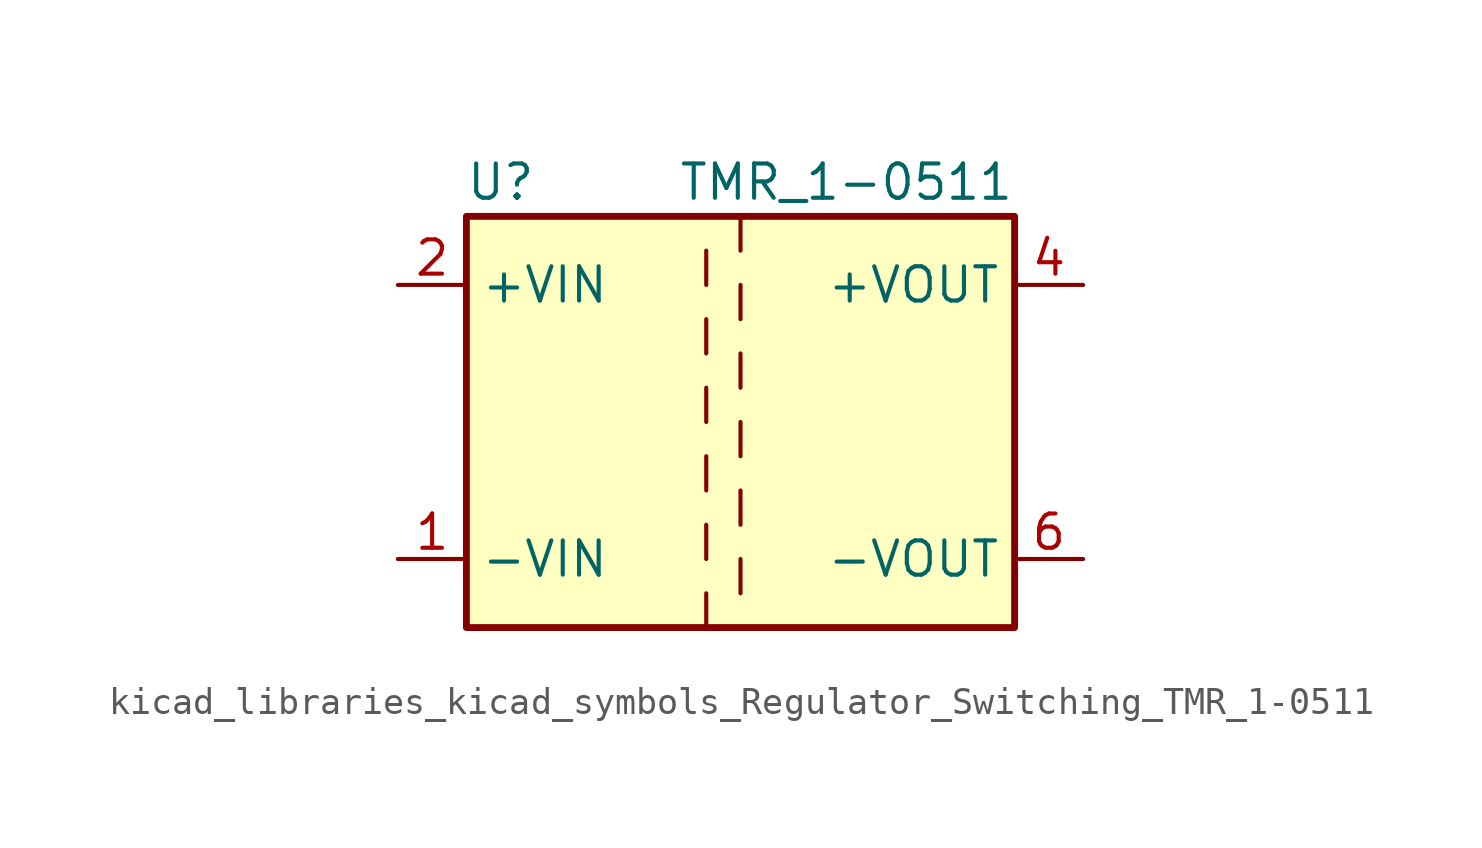
<source format=kicad_sym>
(kicad_symbol_lib
  (version 20220914)
  (generator kicad_symbol_editor)
  (symbol "kicad_libraries_kicad_symbols_Regulator_Switching_TMR_1-0511"
    (property "Reference" "U"
      (at -8.89 8.89 0)
      (effects (font (size 1.27 1.27))))
    (property "Value" "TMR_1-0511"
      (at 10.16 8.89 0)
      (effects (font (size 1.27 1.27)) (justify right)))
    (symbol "kicad_libraries_kicad_symbols_Regulator_Switching_TMR_1-0511_0_1"
      (rectangle (start -10.16 7.62) (end 10.16 -7.62) (stroke (width 0.254) (type default)) (fill (type background)))
      (polyline (pts (xy -1.27 -7.62) (xy -1.27 -6.35)) (stroke (width 0) (type default)) (fill (type none)))
      (polyline (pts (xy -1.27 -5.08) (xy -1.27 -3.81)) (stroke (width 0) (type default)) (fill (type none)))
      (polyline (pts (xy -1.27 -2.54) (xy -1.27 -1.27)) (stroke (width 0) (type default)) (fill (type none)))
      (polyline (pts (xy -1.27 0) (xy -1.27 1.27)) (stroke (width 0) (type default)) (fill (type none)))
      (polyline (pts (xy -1.27 2.54) (xy -1.27 3.81)) (stroke (width 0) (type default)) (fill (type none)))
      (polyline (pts (xy -1.27 5.08) (xy -1.27 6.35)) (stroke (width 0) (type default)) (fill (type none)))
      (polyline (pts (xy 0 -5.08) (xy 0 -6.35)) (stroke (width 0) (type default)) (fill (type none)))
      (polyline (pts (xy 0 -2.54) (xy 0 -3.81)) (stroke (width 0) (type default)) (fill (type none)))
      (polyline (pts (xy 0 0) (xy 0 -1.27)) (stroke (width 0) (type default)) (fill (type none)))
      (polyline (pts (xy 0 2.54) (xy 0 1.27)) (stroke (width 0) (type default)) (fill (type none)))
      (polyline (pts (xy 0 5.08) (xy 0 3.81)) (stroke (width 0) (type default)) (fill (type none)))
      (polyline (pts (xy 0 7.62) (xy 0 6.35)) (stroke (width 0) (type default)) (fill (type none))))
    (symbol "kicad_libraries_kicad_symbols_Regulator_Switching_TMR_1-0511_1_1"
      (pin power_in line (at -12.7 -5.08 0) (length 2.54) (name "-VIN" (effects (font (size 1.27 1.27)))) (number "1" (effects (font (size 1.27 1.27)))))
      (pin power_in line (at -12.7 5.08 0) (length 2.54) (name "+VIN" (effects (font (size 1.27 1.27)))) (number "2" (effects (font (size 1.27 1.27)))))
      (pin power_out line (at 12.7 5.08 180) (length 2.54) (name "+VOUT" (effects (font (size 1.27 1.27)))) (number "4" (effects (font (size 1.27 1.27)))))
      (pin power_out line (at 12.7 -5.08 180) (length 2.54) (name "-VOUT" (effects (font (size 1.27 1.27)))) (number "6" (effects (font (size 1.27 1.27))))))))
</source>
